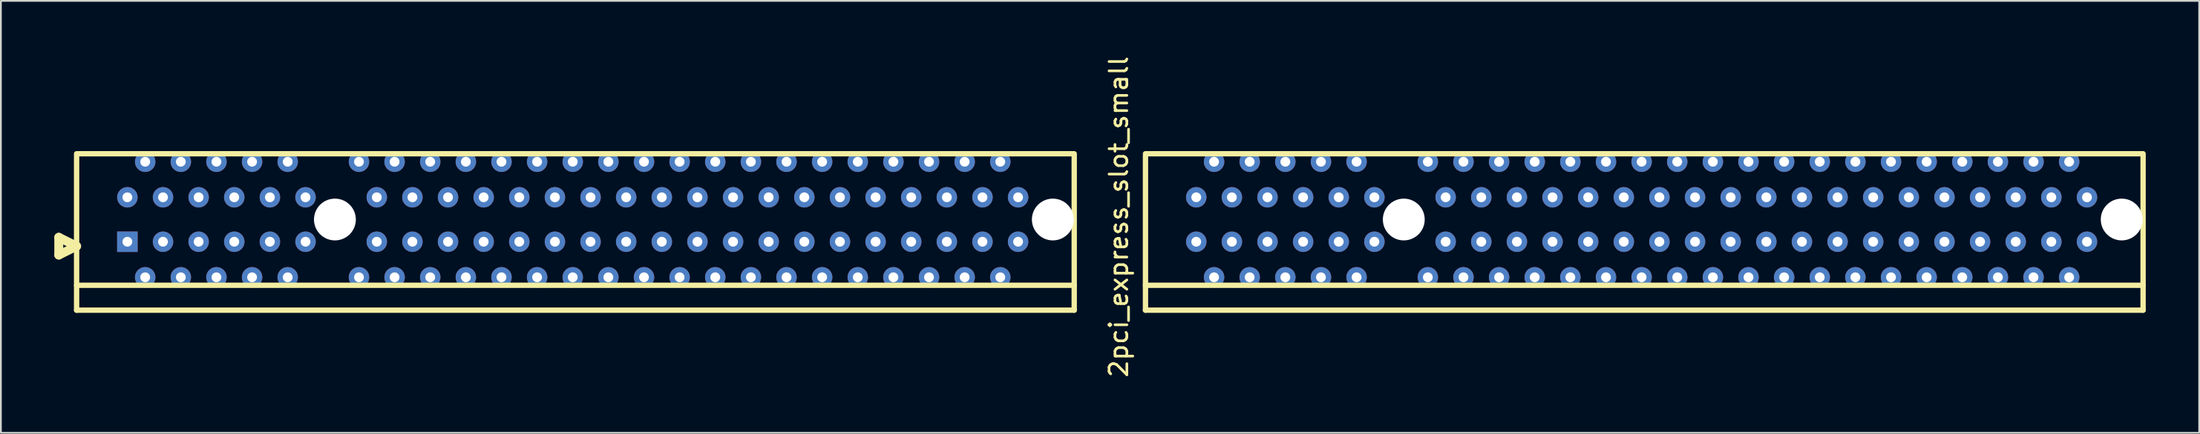
<source format=kicad_pcb>
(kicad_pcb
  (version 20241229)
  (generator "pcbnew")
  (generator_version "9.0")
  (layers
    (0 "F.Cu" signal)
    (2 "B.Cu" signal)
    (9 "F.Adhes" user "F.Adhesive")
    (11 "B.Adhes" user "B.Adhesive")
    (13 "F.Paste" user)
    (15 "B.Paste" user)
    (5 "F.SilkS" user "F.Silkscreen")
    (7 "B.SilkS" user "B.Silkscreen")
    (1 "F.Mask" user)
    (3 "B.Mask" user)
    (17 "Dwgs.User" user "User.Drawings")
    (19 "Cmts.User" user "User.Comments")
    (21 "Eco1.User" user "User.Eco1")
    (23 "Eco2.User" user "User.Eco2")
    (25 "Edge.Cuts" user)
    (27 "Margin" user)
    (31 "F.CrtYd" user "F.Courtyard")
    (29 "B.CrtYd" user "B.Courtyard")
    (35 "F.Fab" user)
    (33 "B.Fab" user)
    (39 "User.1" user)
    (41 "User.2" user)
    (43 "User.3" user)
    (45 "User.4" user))
  (footprint "2pci_express_slot_small"
    (layer "F.Cu")
    (at 15.75 9.299)
    (property "Reference" "2pci_express_slot_small" (at 44 -0.15 90) (layer "F.SilkS") (effects (font (size 1 1) (thickness 0.15))))
    (attr through_hole)
    (fp_line (start -15.5 1) (end -15.5 2) (stroke (width 0.5) (type solid)) (layer "F.SilkS"))
    (fp_line (start -15.5 2) (end -14.5 1.5) (stroke (width 0.5) (type solid)) (layer "F.SilkS"))
    (fp_line (start -14.5 -3.7) (end 41.5 -3.7) (stroke (width 0.3) (type solid)) (layer "F.SilkS"))
    (fp_line (start -14.5 -3.6) (end -14.5 5.1) (stroke (width 0.3) (type solid)) (layer "F.SilkS"))
    (fp_line (start -14.5 1.5) (end -15.5 1) (stroke (width 0.5) (type solid)) (layer "F.SilkS"))
    (fp_line (start -14.5 3.7) (end 41.5 3.7) (stroke (width 0.3) (type solid)) (layer "F.SilkS"))
    (fp_line (start -14.5 5.1) (end 41.5 5.1) (stroke (width 0.3) (type solid)) (layer "F.SilkS"))
    (fp_line (start 41.5 -3.6) (end 41.5 5.1) (stroke (width 0.3) (type solid)) (layer "F.SilkS"))
    (fp_line (start 45.5 -3.7) (end 101.5 -3.7) (stroke (width 0.3) (type solid)) (layer "F.SilkS"))
    (fp_line (start 45.5 -3.6) (end 45.5 5.1) (stroke (width 0.3) (type solid)) (layer "F.SilkS"))
    (fp_line (start 45.5 3.7) (end 101.5 3.7) (stroke (width 0.3) (type solid)) (layer "F.SilkS"))
    (fp_line (start 45.5 5.1) (end 101.5 5.1) (stroke (width 0.3) (type solid)) (layer "F.SilkS"))
    (fp_line (start 101.5 -3.6) (end 101.5 5.1) (stroke (width 0.3) (type solid)) (layer "F.SilkS"))
    (pad "" np_thru_hole circle (at 0 0) (size 2.35 2.35) (drill 2.35) (layers "*.Cu" "*.Mask"))
    (pad "" np_thru_hole circle (at 40.3 0) (size 2.35 2.35) (drill 2.35) (layers "*.Cu" "*.Mask"))
    (pad "" np_thru_hole circle (at 60 0) (size 2.35 2.35) (drill 2.35) (layers "*.Cu" "*.Mask"))
    (pad "" np_thru_hole circle (at 100.3 0) (size 2.35 2.35) (drill 2.35) (layers "*.Cu" "*.Mask"))
    (pad "1" thru_hole rect (at -11.65 1.25) (size 1.15 1.15) (drill 0.55) (layers "*.Cu" "*.Mask"))
    (pad "2" thru_hole circle (at -10.65 3.25) (size 1.15 1.15) (drill 0.55) (layers "*.Cu" "*.Mask"))
    (pad "3" thru_hole circle (at -9.65 1.25) (size 1.15 1.15) (drill 0.55) (layers "*.Cu" "*.Mask"))
    (pad "4" thru_hole circle (at -8.65 3.25) (size 1.15 1.15) (drill 0.55) (layers "*.Cu" "*.Mask"))
    (pad "5" thru_hole circle (at -7.65 1.25) (size 1.15 1.15) (drill 0.55) (layers "*.Cu" "*.Mask"))
    (pad "6" thru_hole circle (at -6.65 3.25) (size 1.15 1.15) (drill 0.55) (layers "*.Cu" "*.Mask"))
    (pad "7" thru_hole circle (at -5.65 1.25) (size 1.15 1.15) (drill 0.55) (layers "*.Cu" "*.Mask"))
    (pad "8" thru_hole circle (at -4.65 3.25) (size 1.15 1.15) (drill 0.55) (layers "*.Cu" "*.Mask"))
    (pad "9" thru_hole circle (at -3.65 1.25) (size 1.15 1.15) (drill 0.55) (layers "*.Cu" "*.Mask"))
    (pad "10" thru_hole circle (at -2.65 3.25) (size 1.15 1.15) (drill 0.55) (layers "*.Cu" "*.Mask"))
    (pad "11" thru_hole circle (at -1.65 1.25) (size 1.15 1.15) (drill 0.55) (layers "*.Cu" "*.Mask"))
    (pad "12" thru_hole circle (at 1.35 3.25) (size 1.15 1.15) (drill 0.55) (layers "*.Cu" "*.Mask"))
    (pad "13" thru_hole circle (at 2.35 1.25) (size 1.15 1.15) (drill 0.55) (layers "*.Cu" "*.Mask"))
    (pad "14" thru_hole circle (at 3.35 3.25) (size 1.15 1.15) (drill 0.55) (layers "*.Cu" "*.Mask"))
    (pad "15" thru_hole circle (at 4.35 1.25) (size 1.15 1.15) (drill 0.55) (layers "*.Cu" "*.Mask"))
    (pad "16" thru_hole circle (at 5.35 3.25) (size 1.15 1.15) (drill 0.55) (layers "*.Cu" "*.Mask"))
    (pad "17" thru_hole circle (at 6.35 1.25) (size 1.15 1.15) (drill 0.55) (layers "*.Cu" "*.Mask"))
    (pad "18" thru_hole circle (at 7.35 3.25) (size 1.15 1.15) (drill 0.55) (layers "*.Cu" "*.Mask"))
    (pad "19" thru_hole circle (at 8.35 1.25) (size 1.15 1.15) (drill 0.55) (layers "*.Cu" "*.Mask"))
    (pad "20" thru_hole circle (at 9.35 3.25) (size 1.15 1.15) (drill 0.55) (layers "*.Cu" "*.Mask"))
    (pad "21" thru_hole circle (at 10.35 1.25) (size 1.15 1.15) (drill 0.55) (layers "*.Cu" "*.Mask"))
    (pad "22" thru_hole circle (at 11.35 3.25) (size 1.15 1.15) (drill 0.55) (layers "*.Cu" "*.Mask"))
    (pad "23" thru_hole circle (at 12.35 1.25) (size 1.15 1.15) (drill 0.55) (layers "*.Cu" "*.Mask"))
    (pad "24" thru_hole circle (at 13.35 3.25) (size 1.15 1.15) (drill 0.55) (layers "*.Cu" "*.Mask"))
    (pad "25" thru_hole circle (at 14.35 1.25) (size 1.15 1.15) (drill 0.55) (layers "*.Cu" "*.Mask"))
    (pad "26" thru_hole circle (at 15.35 3.25) (size 1.15 1.15) (drill 0.55) (layers "*.Cu" "*.Mask"))
    (pad "27" thru_hole circle (at 16.35 1.25) (size 1.15 1.15) (drill 0.55) (layers "*.Cu" "*.Mask"))
    (pad "28" thru_hole circle (at 17.35 3.25) (size 1.15 1.15) (drill 0.55) (layers "*.Cu" "*.Mask"))
    (pad "29" thru_hole circle (at 18.35 1.25) (size 1.15 1.15) (drill 0.55) (layers "*.Cu" "*.Mask"))
    (pad "30" thru_hole circle (at 19.35 3.25) (size 1.15 1.15) (drill 0.55) (layers "*.Cu" "*.Mask"))
    (pad "31" thru_hole circle (at 20.35 1.25) (size 1.15 1.15) (drill 0.55) (layers "*.Cu" "*.Mask"))
    (pad "32" thru_hole circle (at 21.35 3.25) (size 1.15 1.15) (drill 0.55) (layers "*.Cu" "*.Mask"))
    (pad "33" thru_hole circle (at 22.35 1.25) (size 1.15 1.15) (drill 0.55) (layers "*.Cu" "*.Mask"))
    (pad "34" thru_hole circle (at 23.35 3.25) (size 1.15 1.15) (drill 0.55) (layers "*.Cu" "*.Mask"))
    (pad "35" thru_hole circle (at 24.35 1.25) (size 1.15 1.15) (drill 0.55) (layers "*.Cu" "*.Mask"))
    (pad "36" thru_hole circle (at 25.35 3.25) (size 1.15 1.15) (drill 0.55) (layers "*.Cu" "*.Mask"))
    (pad "37" thru_hole circle (at 26.35 1.25) (size 1.15 1.15) (drill 0.55) (layers "*.Cu" "*.Mask"))
    (pad "38" thru_hole circle (at 27.35 3.25) (size 1.15 1.15) (drill 0.55) (layers "*.Cu" "*.Mask"))
    (pad "39" thru_hole circle (at 28.35 1.25) (size 1.15 1.15) (drill 0.55) (layers "*.Cu" "*.Mask"))
    (pad "40" thru_hole circle (at 29.35 3.25) (size 1.15 1.15) (drill 0.55) (layers "*.Cu" "*.Mask"))
    (pad "41" thru_hole circle (at 30.35 1.25) (size 1.15 1.15) (drill 0.55) (layers "*.Cu" "*.Mask"))
    (pad "42" thru_hole circle (at 31.35 3.25) (size 1.15 1.15) (drill 0.55) (layers "*.Cu" "*.Mask"))
    (pad "43" thru_hole circle (at 32.35 1.25) (size 1.15 1.15) (drill 0.55) (layers "*.Cu" "*.Mask"))
    (pad "44" thru_hole circle (at 33.35 3.25) (size 1.15 1.15) (drill 0.55) (layers "*.Cu" "*.Mask"))
    (pad "45" thru_hole circle (at 34.35 1.25) (size 1.15 1.15) (drill 0.55) (layers "*.Cu" "*.Mask"))
    (pad "46" thru_hole circle (at 35.35 3.25) (size 1.15 1.15) (drill 0.55) (layers "*.Cu" "*.Mask"))
    (pad "47" thru_hole circle (at 36.35 1.25) (size 1.15 1.15) (drill 0.55) (layers "*.Cu" "*.Mask"))
    (pad "48" thru_hole circle (at 37.35 3.25) (size 1.15 1.15) (drill 0.55) (layers "*.Cu" "*.Mask"))
    (pad "49" thru_hole circle (at 38.35 1.25) (size 1.15 1.15) (drill 0.55) (layers "*.Cu" "*.Mask"))
    (pad "50" thru_hole circle (at 48.35 1.25) (size 1.15 1.15) (drill 0.55) (layers "*.Cu" "*.Mask"))
    (pad "51" thru_hole circle (at 49.35 3.25) (size 1.15 1.15) (drill 0.55) (layers "*.Cu" "*.Mask"))
    (pad "52" thru_hole circle (at 50.35 1.25) (size 1.15 1.15) (drill 0.55) (layers "*.Cu" "*.Mask"))
    (pad "53" thru_hole circle (at 51.35 3.25) (size 1.15 1.15) (drill 0.55) (layers "*.Cu" "*.Mask"))
    (pad "54" thru_hole circle (at 52.35 1.25) (size 1.15 1.15) (drill 0.55) (layers "*.Cu" "*.Mask"))
    (pad "55" thru_hole circle (at 53.35 3.25) (size 1.15 1.15) (drill 0.55) (layers "*.Cu" "*.Mask"))
    (pad "56" thru_hole circle (at 54.35 1.25) (size 1.15 1.15) (drill 0.55) (layers "*.Cu" "*.Mask"))
    (pad "57" thru_hole circle (at 55.35 3.25) (size 1.15 1.15) (drill 0.55) (layers "*.Cu" "*.Mask"))
    (pad "58" thru_hole circle (at 56.35 1.25) (size 1.15 1.15) (drill 0.55) (layers "*.Cu" "*.Mask"))
    (pad "59" thru_hole circle (at 57.35 3.25) (size 1.15 1.15) (drill 0.55) (layers "*.Cu" "*.Mask"))
    (pad "60" thru_hole circle (at 58.35 1.25) (size 1.15 1.15) (drill 0.55) (layers "*.Cu" "*.Mask"))
    (pad "61" thru_hole circle (at 61.35 3.25) (size 1.15 1.15) (drill 0.55) (layers "*.Cu" "*.Mask"))
    (pad "62" thru_hole circle (at 62.35 1.25) (size 1.15 1.15) (drill 0.55) (layers "*.Cu" "*.Mask"))
    (pad "63" thru_hole circle (at 63.35 3.25) (size 1.15 1.15) (drill 0.55) (layers "*.Cu" "*.Mask"))
    (pad "64" thru_hole circle (at 64.35 1.25) (size 1.15 1.15) (drill 0.55) (layers "*.Cu" "*.Mask"))
    (pad "65" thru_hole circle (at 65.35 3.25) (size 1.15 1.15) (drill 0.55) (layers "*.Cu" "*.Mask"))
    (pad "66" thru_hole circle (at 66.35 1.25) (size 1.15 1.15) (drill 0.55) (layers "*.Cu" "*.Mask"))
    (pad "67" thru_hole circle (at 67.35 3.25) (size 1.15 1.15) (drill 0.55) (layers "*.Cu" "*.Mask"))
    (pad "68" thru_hole circle (at 68.35 1.25) (size 1.15 1.15) (drill 0.55) (layers "*.Cu" "*.Mask"))
    (pad "69" thru_hole circle (at 69.35 3.25) (size 1.15 1.15) (drill 0.55) (layers "*.Cu" "*.Mask"))
    (pad "70" thru_hole circle (at 70.35 1.25) (size 1.15 1.15) (drill 0.55) (layers "*.Cu" "*.Mask"))
    (pad "71" thru_hole circle (at 71.35 3.25) (size 1.15 1.15) (drill 0.55) (layers "*.Cu" "*.Mask"))
    (pad "72" thru_hole circle (at 72.35 1.25) (size 1.15 1.15) (drill 0.55) (layers "*.Cu" "*.Mask"))
    (pad "73" thru_hole circle (at 73.35 3.25) (size 1.15 1.15) (drill 0.55) (layers "*.Cu" "*.Mask"))
    (pad "74" thru_hole circle (at 74.35 1.25) (size 1.15 1.15) (drill 0.55) (layers "*.Cu" "*.Mask"))
    (pad "75" thru_hole circle (at 75.35 3.25) (size 1.15 1.15) (drill 0.55) (layers "*.Cu" "*.Mask"))
    (pad "76" thru_hole circle (at 76.35 1.25) (size 1.15 1.15) (drill 0.55) (layers "*.Cu" "*.Mask"))
    (pad "77" thru_hole circle (at 77.35 3.25) (size 1.15 1.15) (drill 0.55) (layers "*.Cu" "*.Mask"))
    (pad "78" thru_hole circle (at 78.35 1.25) (size 1.15 1.15) (drill 0.55) (layers "*.Cu" "*.Mask"))
    (pad "79" thru_hole circle (at 79.35 3.25) (size 1.15 1.15) (drill 0.55) (layers "*.Cu" "*.Mask"))
    (pad "80" thru_hole circle (at 80.35 1.25) (size 1.15 1.15) (drill 0.55) (layers "*.Cu" "*.Mask"))
    (pad "81" thru_hole circle (at 81.35 3.25) (size 1.15 1.15) (drill 0.55) (layers "*.Cu" "*.Mask"))
    (pad "82" thru_hole circle (at 82.35 1.25) (size 1.15 1.15) (drill 0.55) (layers "*.Cu" "*.Mask"))
    (pad "83" thru_hole circle (at 83.35 3.25) (size 1.15 1.15) (drill 0.55) (layers "*.Cu" "*.Mask"))
    (pad "84" thru_hole circle (at 84.35 1.25) (size 1.15 1.15) (drill 0.55) (layers "*.Cu" "*.Mask"))
    (pad "85" thru_hole circle (at 85.35 3.25) (size 1.15 1.15) (drill 0.55) (layers "*.Cu" "*.Mask"))
    (pad "86" thru_hole circle (at 86.35 1.25) (size 1.15 1.15) (drill 0.55) (layers "*.Cu" "*.Mask"))
    (pad "87" thru_hole circle (at 87.35 3.25) (size 1.15 1.15) (drill 0.55) (layers "*.Cu" "*.Mask"))
    (pad "88" thru_hole circle (at 88.35 1.25) (size 1.15 1.15) (drill 0.55) (layers "*.Cu" "*.Mask"))
    (pad "89" thru_hole circle (at 89.35 3.25) (size 1.15 1.15) (drill 0.55) (layers "*.Cu" "*.Mask"))
    (pad "90" thru_hole circle (at 90.35 1.25) (size 1.15 1.15) (drill 0.55) (layers "*.Cu" "*.Mask"))
    (pad "91" thru_hole circle (at 91.35 3.25) (size 1.15 1.15) (drill 0.55) (layers "*.Cu" "*.Mask"))
    (pad "92" thru_hole circle (at 92.35 1.25) (size 1.15 1.15) (drill 0.55) (layers "*.Cu" "*.Mask"))
    (pad "93" thru_hole circle (at 93.35 3.25) (size 1.15 1.15) (drill 0.55) (layers "*.Cu" "*.Mask"))
    (pad "94" thru_hole circle (at 94.35 1.25) (size 1.15 1.15) (drill 0.55) (layers "*.Cu" "*.Mask"))
    (pad "95" thru_hole circle (at 95.35 3.25) (size 1.15 1.15) (drill 0.55) (layers "*.Cu" "*.Mask"))
    (pad "96" thru_hole circle (at 96.35 1.25) (size 1.15 1.15) (drill 0.55) (layers "*.Cu" "*.Mask"))
    (pad "97" thru_hole circle (at 97.35 3.25) (size 1.15 1.15) (drill 0.55) (layers "*.Cu" "*.Mask"))
    (pad "98" thru_hole circle (at 98.35 1.25) (size 1.15 1.15) (drill 0.55) (layers "*.Cu" "*.Mask"))
    (pad "99" thru_hole circle (at -11.65 -1.25) (size 1.15 1.15) (drill 0.55) (layers "*.Cu" "*.Mask"))
    (pad "100" thru_hole circle (at -10.65 -3.25) (size 1.15 1.15) (drill 0.55) (layers "*.Cu" "*.Mask"))
    (pad "101" thru_hole circle (at -9.65 -1.25) (size 1.15 1.15) (drill 0.55) (layers "*.Cu" "*.Mask"))
    (pad "102" thru_hole circle (at -8.65 -3.25) (size 1.15 1.15) (drill 0.55) (layers "*.Cu" "*.Mask"))
    (pad "103" thru_hole circle (at -7.65 -1.25) (size 1.15 1.15) (drill 0.55) (layers "*.Cu" "*.Mask"))
    (pad "104" thru_hole circle (at -6.65 -3.25) (size 1.15 1.15) (drill 0.55) (layers "*.Cu" "*.Mask"))
    (pad "105" thru_hole circle (at -5.65 -1.25) (size 1.15 1.15) (drill 0.55) (layers "*.Cu" "*.Mask"))
    (pad "106" thru_hole circle (at -4.65 -3.25) (size 1.15 1.15) (drill 0.55) (layers "*.Cu" "*.Mask"))
    (pad "107" thru_hole circle (at -3.65 -1.25) (size 1.15 1.15) (drill 0.55) (layers "*.Cu" "*.Mask"))
    (pad "108" thru_hole circle (at -2.65 -3.25) (size 1.15 1.15) (drill 0.55) (layers "*.Cu" "*.Mask"))
    (pad "109" thru_hole circle (at -1.65 -1.25) (size 1.15 1.15) (drill 0.55) (layers "*.Cu" "*.Mask"))
    (pad "110" thru_hole circle (at 1.35 -3.25) (size 1.15 1.15) (drill 0.55) (layers "*.Cu" "*.Mask"))
    (pad "111" thru_hole circle (at 2.35 -1.25) (size 1.15 1.15) (drill 0.55) (layers "*.Cu" "*.Mask"))
    (pad "112" thru_hole circle (at 3.35 -3.25) (size 1.15 1.15) (drill 0.55) (layers "*.Cu" "*.Mask"))
    (pad "113" thru_hole circle (at 4.35 -1.25) (size 1.15 1.15) (drill 0.55) (layers "*.Cu" "*.Mask"))
    (pad "114" thru_hole circle (at 5.35 -3.25) (size 1.15 1.15) (drill 0.55) (layers "*.Cu" "*.Mask"))
    (pad "115" thru_hole circle (at 6.35 -1.25) (size 1.15 1.15) (drill 0.55) (layers "*.Cu" "*.Mask"))
    (pad "116" thru_hole circle (at 7.35 -3.25) (size 1.15 1.15) (drill 0.55) (layers "*.Cu" "*.Mask"))
    (pad "117" thru_hole circle (at 8.35 -1.25) (size 1.15 1.15) (drill 0.55) (layers "*.Cu" "*.Mask"))
    (pad "118" thru_hole circle (at 9.35 -3.25) (size 1.15 1.15) (drill 0.55) (layers "*.Cu" "*.Mask"))
    (pad "119" thru_hole circle (at 10.35 -1.25) (size 1.15 1.15) (drill 0.55) (layers "*.Cu" "*.Mask"))
    (pad "120" thru_hole circle (at 11.35 -3.25) (size 1.15 1.15) (drill 0.55) (layers "*.Cu" "*.Mask"))
    (pad "121" thru_hole circle (at 12.35 -1.25) (size 1.15 1.15) (drill 0.55) (layers "*.Cu" "*.Mask"))
    (pad "122" thru_hole circle (at 13.35 -3.25) (size 1.15 1.15) (drill 0.55) (layers "*.Cu" "*.Mask"))
    (pad "123" thru_hole circle (at 14.35 -1.25) (size 1.15 1.15) (drill 0.55) (layers "*.Cu" "*.Mask"))
    (pad "124" thru_hole circle (at 15.35 -3.25) (size 1.15 1.15) (drill 0.55) (layers "*.Cu" "*.Mask"))
    (pad "125" thru_hole circle (at 16.35 -1.25) (size 1.15 1.15) (drill 0.55) (layers "*.Cu" "*.Mask"))
    (pad "126" thru_hole circle (at 17.35 -3.25) (size 1.15 1.15) (drill 0.55) (layers "*.Cu" "*.Mask"))
    (pad "127" thru_hole circle (at 18.35 -1.25) (size 1.15 1.15) (drill 0.55) (layers "*.Cu" "*.Mask"))
    (pad "128" thru_hole circle (at 19.35 -3.25) (size 1.15 1.15) (drill 0.55) (layers "*.Cu" "*.Mask"))
    (pad "129" thru_hole circle (at 20.35 -1.25) (size 1.15 1.15) (drill 0.55) (layers "*.Cu" "*.Mask"))
    (pad "130" thru_hole circle (at 21.35 -3.25) (size 1.15 1.15) (drill 0.55) (layers "*.Cu" "*.Mask"))
    (pad "131" thru_hole circle (at 22.35 -1.25) (size 1.15 1.15) (drill 0.55) (layers "*.Cu" "*.Mask"))
    (pad "132" thru_hole circle (at 23.35 -3.25) (size 1.15 1.15) (drill 0.55) (layers "*.Cu" "*.Mask"))
    (pad "133" thru_hole circle (at 24.35 -1.25) (size 1.15 1.15) (drill 0.55) (layers "*.Cu" "*.Mask"))
    (pad "134" thru_hole circle (at 25.35 -3.25) (size 1.15 1.15) (drill 0.55) (layers "*.Cu" "*.Mask"))
    (pad "135" thru_hole circle (at 26.35 -1.25) (size 1.15 1.15) (drill 0.55) (layers "*.Cu" "*.Mask"))
    (pad "136" thru_hole circle (at 27.35 -3.25) (size 1.15 1.15) (drill 0.55) (layers "*.Cu" "*.Mask"))
    (pad "137" thru_hole circle (at 28.35 -1.25) (size 1.15 1.15) (drill 0.55) (layers "*.Cu" "*.Mask"))
    (pad "138" thru_hole circle (at 29.35 -3.25) (size 1.15 1.15) (drill 0.55) (layers "*.Cu" "*.Mask"))
    (pad "139" thru_hole circle (at 30.35 -1.25) (size 1.15 1.15) (drill 0.55) (layers "*.Cu" "*.Mask"))
    (pad "140" thru_hole circle (at 31.35 -3.25) (size 1.15 1.15) (drill 0.55) (layers "*.Cu" "*.Mask"))
    (pad "141" thru_hole circle (at 32.35 -1.25) (size 1.15 1.15) (drill 0.55) (layers "*.Cu" "*.Mask"))
    (pad "142" thru_hole circle (at 33.35 -3.25) (size 1.15 1.15) (drill 0.55) (layers "*.Cu" "*.Mask"))
    (pad "143" thru_hole circle (at 34.35 -1.25) (size 1.15 1.15) (drill 0.55) (layers "*.Cu" "*.Mask"))
    (pad "144" thru_hole circle (at 35.35 -3.25) (size 1.15 1.15) (drill 0.55) (layers "*.Cu" "*.Mask"))
    (pad "145" thru_hole circle (at 36.35 -1.25) (size 1.15 1.15) (drill 0.55) (layers "*.Cu" "*.Mask"))
    (pad "146" thru_hole circle (at 37.35 -3.25) (size 1.15 1.15) (drill 0.55) (layers "*.Cu" "*.Mask"))
    (pad "147" thru_hole circle (at 38.35 -1.25) (size 1.15 1.15) (drill 0.55) (layers "*.Cu" "*.Mask"))
    (pad "148" thru_hole circle (at 48.35 -1.25) (size 1.15 1.15) (drill 0.55) (layers "*.Cu" "*.Mask"))
    (pad "149" thru_hole circle (at 49.35 -3.25) (size 1.15 1.15) (drill 0.55) (layers "*.Cu" "*.Mask"))
    (pad "150" thru_hole circle (at 50.35 -1.25) (size 1.15 1.15) (drill 0.55) (layers "*.Cu" "*.Mask"))
    (pad "151" thru_hole circle (at 51.35 -3.25) (size 1.15 1.15) (drill 0.55) (layers "*.Cu" "*.Mask"))
    (pad "152" thru_hole circle (at 52.35 -1.25) (size 1.15 1.15) (drill 0.55) (layers "*.Cu" "*.Mask"))
    (pad "153" thru_hole circle (at 53.35 -3.25) (size 1.15 1.15) (drill 0.55) (layers "*.Cu" "*.Mask"))
    (pad "154" thru_hole circle (at 54.35 -1.25) (size 1.15 1.15) (drill 0.55) (layers "*.Cu" "*.Mask"))
    (pad "155" thru_hole circle (at 55.35 -3.25) (size 1.15 1.15) (drill 0.55) (layers "*.Cu" "*.Mask"))
    (pad "156" thru_hole circle (at 56.35 -1.25) (size 1.15 1.15) (drill 0.55) (layers "*.Cu" "*.Mask"))
    (pad "157" thru_hole circle (at 57.35 -3.25) (size 1.15 1.15) (drill 0.55) (layers "*.Cu" "*.Mask"))
    (pad "158" thru_hole circle (at 58.35 -1.25) (size 1.15 1.15) (drill 0.55) (layers "*.Cu" "*.Mask"))
    (pad "159" thru_hole circle (at 61.35 -3.25) (size 1.15 1.15) (drill 0.55) (layers "*.Cu" "*.Mask"))
    (pad "160" thru_hole circle (at 62.35 -1.25) (size 1.15 1.15) (drill 0.55) (layers "*.Cu" "*.Mask"))
    (pad "161" thru_hole circle (at 63.35 -3.25) (size 1.15 1.15) (drill 0.55) (layers "*.Cu" "*.Mask"))
    (pad "162" thru_hole circle (at 64.35 -1.25) (size 1.15 1.15) (drill 0.55) (layers "*.Cu" "*.Mask"))
    (pad "163" thru_hole circle (at 65.35 -3.25) (size 1.15 1.15) (drill 0.55) (layers "*.Cu" "*.Mask"))
    (pad "164" thru_hole circle (at 66.35 -1.25) (size 1.15 1.15) (drill 0.55) (layers "*.Cu" "*.Mask"))
    (pad "165" thru_hole circle (at 67.35 -3.25) (size 1.15 1.15) (drill 0.55) (layers "*.Cu" "*.Mask"))
    (pad "166" thru_hole circle (at 68.35 -1.25) (size 1.15 1.15) (drill 0.55) (layers "*.Cu" "*.Mask"))
    (pad "167" thru_hole circle (at 69.35 -3.25) (size 1.15 1.15) (drill 0.55) (layers "*.Cu" "*.Mask"))
    (pad "168" thru_hole circle (at 70.35 -1.25) (size 1.15 1.15) (drill 0.55) (layers "*.Cu" "*.Mask"))
    (pad "169" thru_hole circle (at 71.35 -3.25) (size 1.15 1.15) (drill 0.55) (layers "*.Cu" "*.Mask"))
    (pad "170" thru_hole circle (at 72.35 -1.25) (size 1.15 1.15) (drill 0.55) (layers "*.Cu" "*.Mask"))
    (pad "171" thru_hole circle (at 73.35 -3.25) (size 1.15 1.15) (drill 0.55) (layers "*.Cu" "*.Mask"))
    (pad "172" thru_hole circle (at 74.35 -1.25) (size 1.15 1.15) (drill 0.55) (layers "*.Cu" "*.Mask"))
    (pad "173" thru_hole circle (at 75.35 -3.25) (size 1.15 1.15) (drill 0.55) (layers "*.Cu" "*.Mask"))
    (pad "174" thru_hole circle (at 76.35 -1.25) (size 1.15 1.15) (drill 0.55) (layers "*.Cu" "*.Mask"))
    (pad "175" thru_hole circle (at 77.35 -3.25) (size 1.15 1.15) (drill 0.55) (layers "*.Cu" "*.Mask"))
    (pad "176" thru_hole circle (at 78.35 -1.25) (size 1.15 1.15) (drill 0.55) (layers "*.Cu" "*.Mask"))
    (pad "177" thru_hole circle (at 79.35 -3.25) (size 1.15 1.15) (drill 0.55) (layers "*.Cu" "*.Mask"))
    (pad "178" thru_hole circle (at 80.35 -1.25) (size 1.15 1.15) (drill 0.55) (layers "*.Cu" "*.Mask"))
    (pad "179" thru_hole circle (at 81.35 -3.25) (size 1.15 1.15) (drill 0.55) (layers "*.Cu" "*.Mask"))
    (pad "180" thru_hole circle (at 82.35 -1.25) (size 1.15 1.15) (drill 0.55) (layers "*.Cu" "*.Mask"))
    (pad "181" thru_hole circle (at 83.35 -3.25) (size 1.15 1.15) (drill 0.55) (layers "*.Cu" "*.Mask"))
    (pad "182" thru_hole circle (at 84.35 -1.25) (size 1.15 1.15) (drill 0.55) (layers "*.Cu" "*.Mask"))
    (pad "183" thru_hole circle (at 85.35 -3.25) (size 1.15 1.15) (drill 0.55) (layers "*.Cu" "*.Mask"))
    (pad "184" thru_hole circle (at 86.35 -1.25) (size 1.15 1.15) (drill 0.55) (layers "*.Cu" "*.Mask"))
    (pad "185" thru_hole circle (at 87.35 -3.25) (size 1.15 1.15) (drill 0.55) (layers "*.Cu" "*.Mask"))
    (pad "186" thru_hole circle (at 88.35 -1.25) (size 1.15 1.15) (drill 0.55) (layers "*.Cu" "*.Mask"))
    (pad "187" thru_hole circle (at 89.35 -3.25) (size 1.15 1.15) (drill 0.55) (layers "*.Cu" "*.Mask"))
    (pad "188" thru_hole circle (at 90.35 -1.25) (size 1.15 1.15) (drill 0.55) (layers "*.Cu" "*.Mask"))
    (pad "189" thru_hole circle (at 91.35 -3.25) (size 1.15 1.15) (drill 0.55) (layers "*.Cu" "*.Mask"))
    (pad "190" thru_hole circle (at 92.35 -1.25) (size 1.15 1.15) (drill 0.55) (layers "*.Cu" "*.Mask"))
    (pad "191" thru_hole circle (at 93.35 -3.25) (size 1.15 1.15) (drill 0.55) (layers "*.Cu" "*.Mask"))
    (pad "192" thru_hole circle (at 94.35 -1.25) (size 1.15 1.15) (drill 0.55) (layers "*.Cu" "*.Mask"))
    (pad "193" thru_hole circle (at 95.35 -3.25) (size 1.15 1.15) (drill 0.55) (layers "*.Cu" "*.Mask"))
    (pad "194" thru_hole circle (at 96.35 -1.25) (size 1.15 1.15) (drill 0.55) (layers "*.Cu" "*.Mask"))
    (pad "195" thru_hole circle (at 97.35 -3.25) (size 1.15 1.15) (drill 0.55) (layers "*.Cu" "*.Mask"))
    (pad "196" thru_hole circle (at 98.35 -1.25) (size 1.15 1.15) (drill 0.55) (layers "*.Cu" "*.Mask")))
  (gr_rect
    (start -3 -3)
    (end 120.4 21.298)
    (stroke (width 0.1) (type default))
    (fill no)
    (layer "Edge.Cuts")))
</source>
